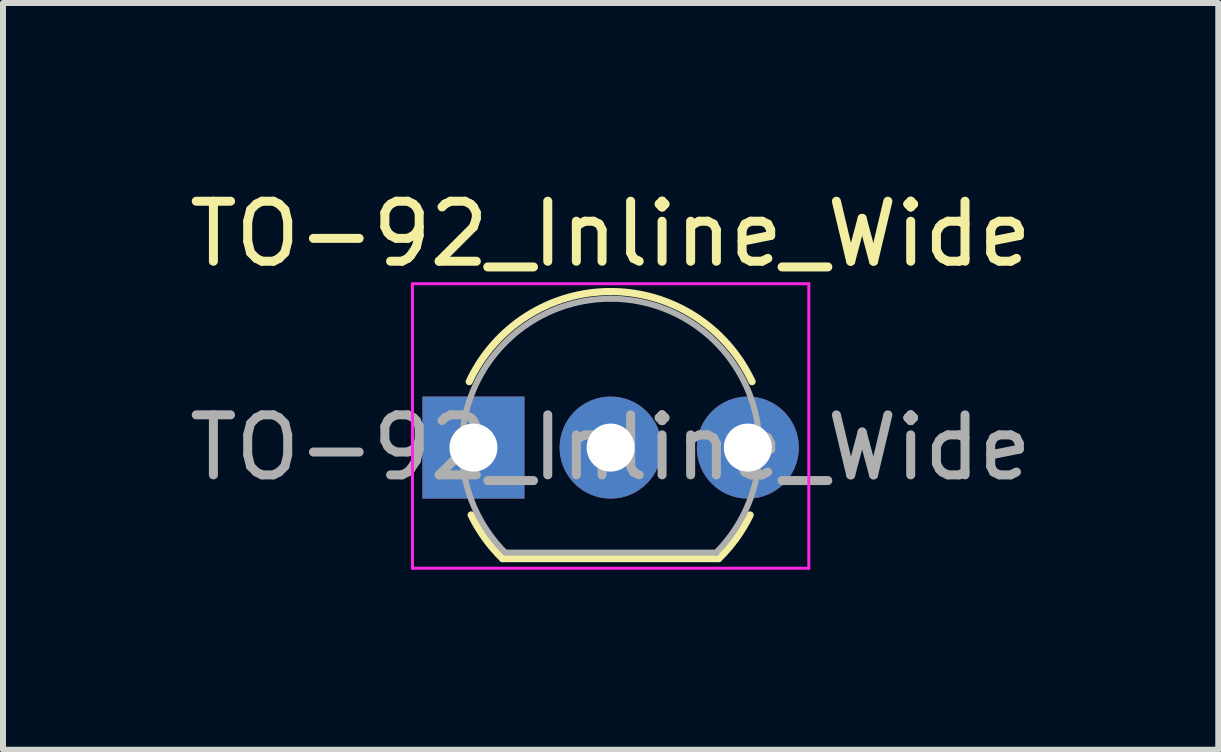
<source format=kicad_pcb>
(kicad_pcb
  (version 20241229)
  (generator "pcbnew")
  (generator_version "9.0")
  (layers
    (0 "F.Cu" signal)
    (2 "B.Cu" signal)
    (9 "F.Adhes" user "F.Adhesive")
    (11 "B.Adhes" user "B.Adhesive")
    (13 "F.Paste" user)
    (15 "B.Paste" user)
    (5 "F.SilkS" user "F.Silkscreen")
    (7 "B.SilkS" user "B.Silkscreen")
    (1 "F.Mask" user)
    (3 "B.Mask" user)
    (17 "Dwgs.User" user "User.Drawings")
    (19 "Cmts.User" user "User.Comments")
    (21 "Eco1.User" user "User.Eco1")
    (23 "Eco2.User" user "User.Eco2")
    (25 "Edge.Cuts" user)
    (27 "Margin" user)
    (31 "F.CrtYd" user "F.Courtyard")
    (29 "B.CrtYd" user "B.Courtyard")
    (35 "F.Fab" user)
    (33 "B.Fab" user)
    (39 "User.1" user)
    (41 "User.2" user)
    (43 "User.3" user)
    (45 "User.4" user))
  (footprint "TO-92_Inline_Wide"
    (layer "F.Cu")
    (at 4.585 4.408)
    (property "Reference" "TO-92_Inline_Wide" (at 2.54 -3.56 0) (layer "F.SilkS") (effects (font (size 1 1) (thickness 0.15))))
    (attr through_hole)
    (fp_line (start 0.74 1.85) (end 4.34 1.85) (stroke (width 0.12) (type solid)) (layer "F.SilkS"))
    (fp_arc (start 0.1836 -1.098807) (mid 1.143021 -2.192817) (end 2.54 -2.6) (stroke (width 0.12) (type solid)) (layer "F.SilkS"))
    (fp_arc (start 0.74 1.85) (mid 0.446097 1.509328) (end 0.215816 1.122795) (stroke (width 0.12) (type solid)) (layer "F.SilkS"))
    (fp_arc (start 2.54 -2.6) (mid 3.936979 -2.192818) (end 4.8964 -1.098807) (stroke (width 0.12) (type solid)) (layer "F.SilkS"))
    (fp_arc (start 4.864184 1.122795) (mid 4.633903 1.509328) (end 4.34 1.85) (stroke (width 0.12) (type solid)) (layer "F.SilkS"))
    (fp_line (start -0.762 -2.73) (end -0.762 2.01) (stroke (width 0.05) (type solid)) (layer "F.CrtYd"))
    (fp_line (start -0.762 -2.73) (end 5.842 -2.73) (stroke (width 0.05) (type solid)) (layer "F.CrtYd"))
    (fp_line (start 5.842 2.01) (end -0.762 2.01) (stroke (width 0.05) (type solid)) (layer "F.CrtYd"))
    (fp_line (start 5.842 2.01) (end 5.842 -2.73) (stroke (width 0.05) (type solid)) (layer "F.CrtYd"))
    (fp_line (start 0.8 1.75) (end 4.3 1.75) (stroke (width 0.1) (type solid)) (layer "F.Fab"))
    (fp_arc (start 0.786375 1.753625) (mid 0.248779 -0.949055) (end 2.54 -2.48) (stroke (width 0.1) (type solid)) (layer "F.Fab"))
    (fp_arc (start 2.54 -2.48) (mid 4.831221 -0.949055) (end 4.293625 1.753625) (stroke (width 0.1) (type solid)) (layer "F.Fab"))
    (fp_text user "${REFERENCE}" (at 2.54 0 0) (layer "F.Fab") (effects (font (size 1 1) (thickness 0.15))))
    (pad "1" thru_hole rect (at 0.254 0) (size 1.7 1.7) (drill 0.8) (layers "*.Cu" "*.Mask"))
    (pad "2" thru_hole circle (at 2.54 0) (size 1.7 1.7) (drill 0.8) (layers "*.Cu" "*.Mask"))
    (pad "3" thru_hole circle (at 4.826 0) (size 1.7 1.7) (drill 0.8) (layers "*.Cu" "*.Mask")))
  (gr_rect
    (start -3 -3)
    (end 17.25 9.443)
    (stroke (width 0.1) (type default))
    (fill no)
    (layer "Edge.Cuts")))
</source>
